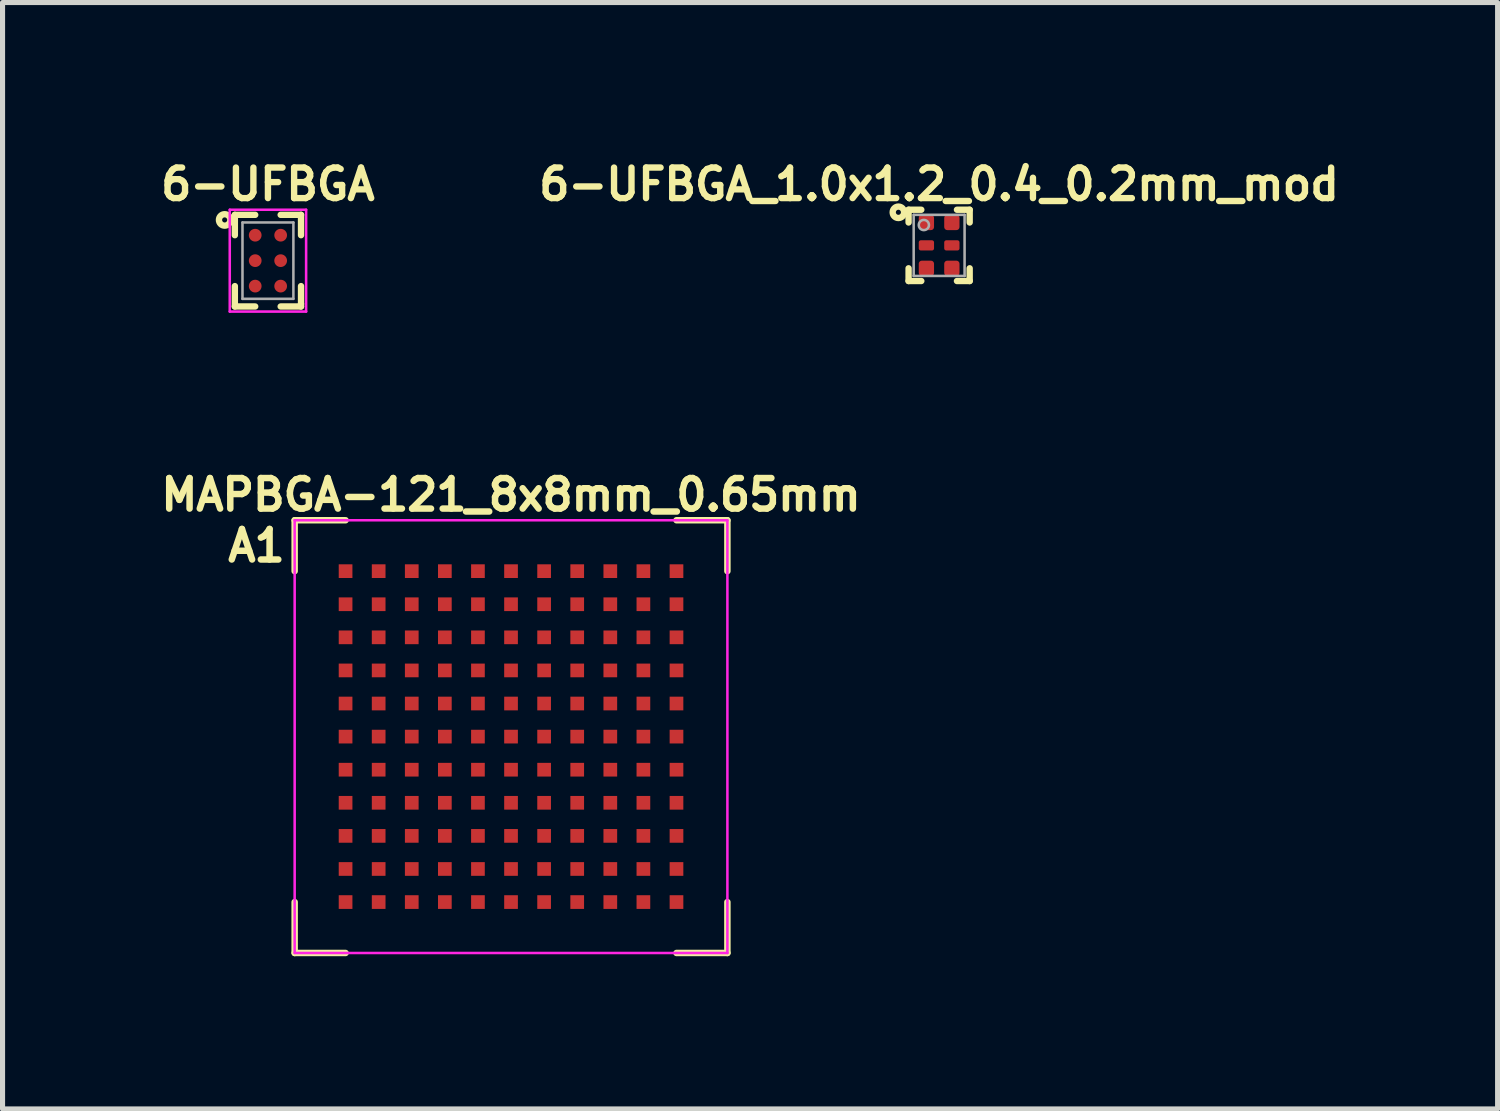
<source format=kicad_pcb>
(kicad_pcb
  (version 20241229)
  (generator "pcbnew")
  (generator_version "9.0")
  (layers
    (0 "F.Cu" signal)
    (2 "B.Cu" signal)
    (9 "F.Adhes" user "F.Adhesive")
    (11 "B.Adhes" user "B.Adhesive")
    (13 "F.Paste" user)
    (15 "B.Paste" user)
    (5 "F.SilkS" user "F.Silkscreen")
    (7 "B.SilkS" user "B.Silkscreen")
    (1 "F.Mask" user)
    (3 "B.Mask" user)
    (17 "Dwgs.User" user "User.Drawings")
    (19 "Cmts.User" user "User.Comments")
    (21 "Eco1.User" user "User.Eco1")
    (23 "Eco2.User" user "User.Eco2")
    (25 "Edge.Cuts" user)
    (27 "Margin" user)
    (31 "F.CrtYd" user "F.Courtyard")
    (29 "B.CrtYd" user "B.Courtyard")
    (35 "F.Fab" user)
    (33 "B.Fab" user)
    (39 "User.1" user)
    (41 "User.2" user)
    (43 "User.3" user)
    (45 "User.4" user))
  (footprint "6-UFBGA_1.0x1.2_0.4_0.2mm_mod"
    (layer "F.Cu")
    (at 15.397 1.77)
    (property "Reference" "6-UFBGA_1.0x1.2_0.4_0.2mm_mod" (at 0 -1.2 0) (layer "F.SilkS") (effects (font (size 0.6 0.6) (thickness 0.125))))
    (attr through_hole)
    (fp_line (start -0.6 -0.7) (end -0.6 -0.45) (stroke (width 0.125) (type solid)) (layer "F.SilkS"))
    (fp_line (start -0.6 -0.7) (end -0.35 -0.7) (stroke (width 0.125) (type solid)) (layer "F.SilkS"))
    (fp_line (start -0.6 0.7) (end -0.6 0.45) (stroke (width 0.125) (type solid)) (layer "F.SilkS"))
    (fp_line (start -0.35 0.7) (end -0.6 0.7) (stroke (width 0.125) (type solid)) (layer "F.SilkS"))
    (fp_line (start 0.35 -0.7) (end 0.6 -0.7) (stroke (width 0.125) (type solid)) (layer "F.SilkS"))
    (fp_line (start 0.35 0.7) (end 0.6 0.7) (stroke (width 0.125) (type solid)) (layer "F.SilkS"))
    (fp_line (start 0.6 -0.7) (end 0.6 -0.45) (stroke (width 0.125) (type solid)) (layer "F.SilkS"))
    (fp_line (start 0.6 0.7) (end 0.6 0.45) (stroke (width 0.125) (type solid)) (layer "F.SilkS"))
    (fp_circle (center -0.8 -0.65) (end -0.8 -0.7) (stroke (width 0.125) (type solid)) (fill no) (layer "F.SilkS"))
    (fp_line (start -0.5 -0.6) (end 0.5 -0.6) (stroke (width 0.05) (type solid)) (layer "F.Fab"))
    (fp_line (start -0.5 0.6) (end -0.5 -0.6) (stroke (width 0.05) (type solid)) (layer "F.Fab"))
    (fp_line (start 0.5 -0.6) (end 0.5 0.6) (stroke (width 0.05) (type solid)) (layer "F.Fab"))
    (fp_line (start 0.5 0.6) (end -0.5 0.6) (stroke (width 0.05) (type solid)) (layer "F.Fab"))
    (fp_circle (center -0.3 -0.4) (end -0.3 -0.5) (stroke (width 0.05) (type solid)) (fill no) (layer "F.Fab"))
    (pad "A1" smd roundrect (at -0.25 -0.45) (size 0.3 0.3) (layers "F.Cu" "F.Mask" "F.Paste") (roundrect_rratio 0.2))
    (pad "A2" smd roundrect (at 0.25 -0.45) (size 0.3 0.3) (layers "F.Cu" "F.Mask" "F.Paste") (roundrect_rratio 0.2))
    (pad "B1" smd roundrect (at -0.25 0) (size 0.3 0.2) (layers "F.Cu" "F.Mask" "F.Paste") (roundrect_rratio 0.2))
    (pad "B2" smd roundrect (at 0.25 0) (size 0.3 0.2) (layers "F.Cu" "F.Mask" "F.Paste") (roundrect_rratio 0.2))
    (pad "C1" smd roundrect (at -0.25 0.45) (size 0.3 0.3) (layers "F.Cu" "F.Mask" "F.Paste") (roundrect_rratio 0.2))
    (pad "C2" smd roundrect (at 0.25 0.45) (size 0.3 0.3) (layers "F.Cu" "F.Mask" "F.Paste") (roundrect_rratio 0.2)))
  (footprint "MAPBGA-121_8x8mm_0.65mm"
    (layer "F.Cu")
    (at 6.988 11.419)
    (property "Reference" "MAPBGA-121_8x8mm_0.65mm" (at 0 -4.75 0) (layer "F.SilkS") (effects (font (size 0.6 0.6) (thickness 0.127))))
    (attr smd)
    (fp_line (start -4.25 -4.25) (end -3.25 -4.25) (stroke (width 0.127) (type solid)) (layer "F.SilkS"))
    (fp_line (start -4.25 -3.25) (end -4.25 -4.25) (stroke (width 0.127) (type solid)) (layer "F.SilkS"))
    (fp_line (start -4.25 4.25) (end -4.25 3.25) (stroke (width 0.127) (type solid)) (layer "F.SilkS"))
    (fp_line (start -3.25 4.25) (end -4.25 4.25) (stroke (width 0.127) (type solid)) (layer "F.SilkS"))
    (fp_line (start 3.25 -4.25) (end 4.25 -4.25) (stroke (width 0.127) (type solid)) (layer "F.SilkS"))
    (fp_line (start 4.25 -4.25) (end 4.25 -3.25) (stroke (width 0.127) (type solid)) (layer "F.SilkS"))
    (fp_line (start 4.25 3.25) (end 4.25 4.25) (stroke (width 0.127) (type solid)) (layer "F.SilkS"))
    (fp_line (start 4.25 4.25) (end 3.25 4.25) (stroke (width 0.127) (type solid)) (layer "F.SilkS"))
    (fp_line (start -4.25 -4.25) (end 4.25 -4.25) (stroke (width 0.05) (type solid)) (layer "F.CrtYd"))
    (fp_line (start -4.25 4.25) (end -4.25 -4.25) (stroke (width 0.05) (type solid)) (layer "F.CrtYd"))
    (fp_line (start 4.25 -4.25) (end 4.25 4.25) (stroke (width 0.05) (type solid)) (layer "F.CrtYd"))
    (fp_line (start 4.25 4.25) (end -4.25 4.25) (stroke (width 0.05) (type solid)) (layer "F.CrtYd"))
    (fp_text user "A1" (at -5 -3.75 0) (layer "F.SilkS") (effects (font (size 0.6 0.6) (thickness 0.127))))
    (pad "A1" smd rect (at -3.25 -3.25) (size 0.269 0.269) (layers "F.Cu" "F.Mask" "F.Paste"))
    (pad "A2" smd rect (at -2.6 -3.25) (size 0.269 0.269) (layers "F.Cu" "F.Mask" "F.Paste"))
    (pad "A3" smd rect (at -1.95 -3.25) (size 0.269 0.269) (layers "F.Cu" "F.Mask" "F.Paste"))
    (pad "A4" smd rect (at -1.3 -3.25) (size 0.269 0.269) (layers "F.Cu" "F.Mask" "F.Paste"))
    (pad "A5" smd rect (at -0.65 -3.25) (size 0.269 0.269) (layers "F.Cu" "F.Mask" "F.Paste"))
    (pad "A6" smd rect (at 0 -3.25) (size 0.269 0.269) (layers "F.Cu" "F.Mask" "F.Paste"))
    (pad "A7" smd rect (at 0.65 -3.25) (size 0.269 0.269) (layers "F.Cu" "F.Mask" "F.Paste"))
    (pad "A8" smd rect (at 1.3 -3.25) (size 0.269 0.269) (layers "F.Cu" "F.Mask" "F.Paste"))
    (pad "A9" smd rect (at 1.95 -3.25) (size 0.269 0.269) (layers "F.Cu" "F.Mask" "F.Paste"))
    (pad "A10" smd rect (at 2.6 -3.25) (size 0.269 0.269) (layers "F.Cu" "F.Mask" "F.Paste"))
    (pad "A11" smd rect (at 3.25 -3.25) (size 0.269 0.269) (layers "F.Cu" "F.Mask" "F.Paste"))
    (pad "B1" smd rect (at -3.25 -2.6) (size 0.269 0.269) (layers "F.Cu" "F.Mask" "F.Paste"))
    (pad "B2" smd rect (at -2.6 -2.6) (size 0.269 0.269) (layers "F.Cu" "F.Mask" "F.Paste"))
    (pad "B3" smd rect (at -1.95 -2.6) (size 0.269 0.269) (layers "F.Cu" "F.Mask" "F.Paste"))
    (pad "B4" smd rect (at -1.3 -2.6) (size 0.269 0.269) (layers "F.Cu" "F.Mask" "F.Paste"))
    (pad "B5" smd rect (at -0.65 -2.6) (size 0.269 0.269) (layers "F.Cu" "F.Mask" "F.Paste"))
    (pad "B6" smd rect (at 0 -2.6) (size 0.269 0.269) (layers "F.Cu" "F.Mask" "F.Paste"))
    (pad "B7" smd rect (at 0.65 -2.6) (size 0.269 0.269) (layers "F.Cu" "F.Mask" "F.Paste"))
    (pad "B8" smd rect (at 1.3 -2.6) (size 0.269 0.269) (layers "F.Cu" "F.Mask" "F.Paste"))
    (pad "B9" smd rect (at 1.95 -2.6) (size 0.269 0.269) (layers "F.Cu" "F.Mask" "F.Paste"))
    (pad "B10" smd rect (at 2.6 -2.6) (size 0.269 0.269) (layers "F.Cu" "F.Mask" "F.Paste"))
    (pad "B11" smd rect (at 3.25 -2.6) (size 0.269 0.269) (layers "F.Cu" "F.Mask" "F.Paste"))
    (pad "C1" smd rect (at -3.25 -1.95) (size 0.269 0.269) (layers "F.Cu" "F.Mask" "F.Paste"))
    (pad "C2" smd rect (at -2.6 -1.95) (size 0.269 0.269) (layers "F.Cu" "F.Mask" "F.Paste"))
    (pad "C3" smd rect (at -1.95 -1.95) (size 0.269 0.269) (layers "F.Cu" "F.Mask" "F.Paste"))
    (pad "C4" smd rect (at -1.3 -1.95) (size 0.269 0.269) (layers "F.Cu" "F.Mask" "F.Paste"))
    (pad "C5" smd rect (at -0.65 -1.95) (size 0.269 0.269) (layers "F.Cu" "F.Mask" "F.Paste"))
    (pad "C6" smd rect (at 0 -1.95) (size 0.269 0.269) (layers "F.Cu" "F.Mask" "F.Paste"))
    (pad "C7" smd rect (at 0.65 -1.95) (size 0.269 0.269) (layers "F.Cu" "F.Mask" "F.Paste"))
    (pad "C8" smd rect (at 1.3 -1.95) (size 0.269 0.269) (layers "F.Cu" "F.Mask" "F.Paste"))
    (pad "C9" smd rect (at 1.95 -1.95) (size 0.269 0.269) (layers "F.Cu" "F.Mask" "F.Paste"))
    (pad "C10" smd rect (at 2.6 -1.95) (size 0.269 0.269) (layers "F.Cu" "F.Mask" "F.Paste"))
    (pad "C11" smd rect (at 3.25 -1.95) (size 0.269 0.269) (layers "F.Cu" "F.Mask" "F.Paste"))
    (pad "D1" smd rect (at -3.25 -1.3) (size 0.269 0.269) (layers "F.Cu" "F.Mask" "F.Paste"))
    (pad "D2" smd rect (at -2.6 -1.3) (size 0.269 0.269) (layers "F.Cu" "F.Mask" "F.Paste"))
    (pad "D3" smd rect (at -1.95 -1.3) (size 0.269 0.269) (layers "F.Cu" "F.Mask" "F.Paste"))
    (pad "D4" smd rect (at -1.3 -1.3) (size 0.269 0.269) (layers "F.Cu" "F.Mask" "F.Paste"))
    (pad "D5" smd rect (at -0.65 -1.3) (size 0.269 0.269) (layers "F.Cu" "F.Mask" "F.Paste"))
    (pad "D6" smd rect (at 0 -1.3) (size 0.269 0.269) (layers "F.Cu" "F.Mask" "F.Paste"))
    (pad "D7" smd rect (at 0.65 -1.3) (size 0.269 0.269) (layers "F.Cu" "F.Mask" "F.Paste"))
    (pad "D8" smd rect (at 1.3 -1.3) (size 0.269 0.269) (layers "F.Cu" "F.Mask" "F.Paste"))
    (pad "D9" smd rect (at 1.95 -1.3) (size 0.269 0.269) (layers "F.Cu" "F.Mask" "F.Paste"))
    (pad "D10" smd rect (at 2.6 -1.3) (size 0.269 0.269) (layers "F.Cu" "F.Mask" "F.Paste"))
    (pad "D11" smd rect (at 3.25 -1.3) (size 0.269 0.269) (layers "F.Cu" "F.Mask" "F.Paste"))
    (pad "E1" smd rect (at -3.25 -0.65) (size 0.269 0.269) (layers "F.Cu" "F.Mask" "F.Paste"))
    (pad "E2" smd rect (at -2.6 -0.65) (size 0.269 0.269) (layers "F.Cu" "F.Mask" "F.Paste"))
    (pad "E3" smd rect (at -1.95 -0.65) (size 0.269 0.269) (layers "F.Cu" "F.Mask" "F.Paste"))
    (pad "E4" smd rect (at -1.3 -0.65) (size 0.269 0.269) (layers "F.Cu" "F.Mask" "F.Paste"))
    (pad "E5" smd rect (at -0.65 -0.65) (size 0.269 0.269) (layers "F.Cu" "F.Mask" "F.Paste"))
    (pad "E6" smd rect (at 0 -0.65) (size 0.269 0.269) (layers "F.Cu" "F.Mask" "F.Paste"))
    (pad "E7" smd rect (at 0.65 -0.65) (size 0.269 0.269) (layers "F.Cu" "F.Mask" "F.Paste"))
    (pad "E8" smd rect (at 1.3 -0.65) (size 0.269 0.269) (layers "F.Cu" "F.Mask" "F.Paste"))
    (pad "E9" smd rect (at 1.95 -0.65) (size 0.269 0.269) (layers "F.Cu" "F.Mask" "F.Paste"))
    (pad "E10" smd rect (at 2.6 -0.65) (size 0.269 0.269) (layers "F.Cu" "F.Mask" "F.Paste"))
    (pad "E11" smd rect (at 3.25 -0.65) (size 0.269 0.269) (layers "F.Cu" "F.Mask" "F.Paste"))
    (pad "F1" smd rect (at -3.25 0) (size 0.269 0.269) (layers "F.Cu" "F.Mask" "F.Paste"))
    (pad "F2" smd rect (at -2.6 0) (size 0.269 0.269) (layers "F.Cu" "F.Mask" "F.Paste"))
    (pad "F3" smd rect (at -1.95 0) (size 0.269 0.269) (layers "F.Cu" "F.Mask" "F.Paste"))
    (pad "F4" smd rect (at -1.3 0) (size 0.269 0.269) (layers "F.Cu" "F.Mask" "F.Paste"))
    (pad "F5" smd rect (at -0.65 0) (size 0.269 0.269) (layers "F.Cu" "F.Mask" "F.Paste"))
    (pad "F6" smd rect (at 0 0) (size 0.269 0.269) (layers "F.Cu" "F.Mask" "F.Paste"))
    (pad "F7" smd rect (at 0.65 0) (size 0.269 0.269) (layers "F.Cu" "F.Mask" "F.Paste"))
    (pad "F8" smd rect (at 1.3 0) (size 0.269 0.269) (layers "F.Cu" "F.Mask" "F.Paste"))
    (pad "F9" smd rect (at 1.95 0) (size 0.269 0.269) (layers "F.Cu" "F.Mask" "F.Paste"))
    (pad "F10" smd rect (at 2.6 0) (size 0.269 0.269) (layers "F.Cu" "F.Mask" "F.Paste"))
    (pad "F11" smd rect (at 3.25 0) (size 0.269 0.269) (layers "F.Cu" "F.Mask" "F.Paste"))
    (pad "G1" smd rect (at -3.25 0.65) (size 0.269 0.269) (layers "F.Cu" "F.Mask" "F.Paste"))
    (pad "G2" smd rect (at -2.6 0.65) (size 0.269 0.269) (layers "F.Cu" "F.Mask" "F.Paste"))
    (pad "G3" smd rect (at -1.95 0.65) (size 0.269 0.269) (layers "F.Cu" "F.Mask" "F.Paste"))
    (pad "G4" smd rect (at -1.3 0.65) (size 0.269 0.269) (layers "F.Cu" "F.Mask" "F.Paste"))
    (pad "G5" smd rect (at -0.65 0.65) (size 0.269 0.269) (layers "F.Cu" "F.Mask" "F.Paste"))
    (pad "G6" smd rect (at 0 0.65) (size 0.269 0.269) (layers "F.Cu" "F.Mask" "F.Paste"))
    (pad "G7" smd rect (at 0.65 0.65) (size 0.269 0.269) (layers "F.Cu" "F.Mask" "F.Paste"))
    (pad "G8" smd rect (at 1.3 0.65) (size 0.269 0.269) (layers "F.Cu" "F.Mask" "F.Paste"))
    (pad "G9" smd rect (at 1.95 0.65) (size 0.269 0.269) (layers "F.Cu" "F.Mask" "F.Paste"))
    (pad "G10" smd rect (at 2.6 0.65) (size 0.269 0.269) (layers "F.Cu" "F.Mask" "F.Paste"))
    (pad "G11" smd rect (at 3.25 0.65) (size 0.269 0.269) (layers "F.Cu" "F.Mask" "F.Paste"))
    (pad "H1" smd rect (at -3.25 1.3) (size 0.269 0.269) (layers "F.Cu" "F.Mask" "F.Paste"))
    (pad "H2" smd rect (at -2.6 1.3) (size 0.269 0.269) (layers "F.Cu" "F.Mask" "F.Paste"))
    (pad "H3" smd rect (at -1.95 1.3) (size 0.269 0.269) (layers "F.Cu" "F.Mask" "F.Paste"))
    (pad "H4" smd rect (at -1.3 1.3) (size 0.269 0.269) (layers "F.Cu" "F.Mask" "F.Paste"))
    (pad "H5" smd rect (at -0.65 1.3) (size 0.269 0.269) (layers "F.Cu" "F.Mask" "F.Paste"))
    (pad "H6" smd rect (at 0 1.3) (size 0.269 0.269) (layers "F.Cu" "F.Mask" "F.Paste"))
    (pad "H7" smd rect (at 0.65 1.3) (size 0.269 0.269) (layers "F.Cu" "F.Mask" "F.Paste"))
    (pad "H8" smd rect (at 1.3 1.3) (size 0.269 0.269) (layers "F.Cu" "F.Mask" "F.Paste"))
    (pad "H9" smd rect (at 1.95 1.3) (size 0.269 0.269) (layers "F.Cu" "F.Mask" "F.Paste"))
    (pad "H10" smd rect (at 2.6 1.3) (size 0.269 0.269) (layers "F.Cu" "F.Mask" "F.Paste"))
    (pad "H11" smd rect (at 3.25 1.3) (size 0.269 0.269) (layers "F.Cu" "F.Mask" "F.Paste"))
    (pad "J1" smd rect (at -3.25 1.95) (size 0.269 0.269) (layers "F.Cu" "F.Mask" "F.Paste"))
    (pad "J2" smd rect (at -2.6 1.95) (size 0.269 0.269) (layers "F.Cu" "F.Mask" "F.Paste"))
    (pad "J3" smd rect (at -1.95 1.95) (size 0.269 0.269) (layers "F.Cu" "F.Mask" "F.Paste"))
    (pad "J4" smd rect (at -1.3 1.95) (size 0.269 0.269) (layers "F.Cu" "F.Mask" "F.Paste"))
    (pad "J5" smd rect (at -0.65 1.95) (size 0.269 0.269) (layers "F.Cu" "F.Mask" "F.Paste"))
    (pad "J6" smd rect (at 0 1.95) (size 0.269 0.269) (layers "F.Cu" "F.Mask" "F.Paste"))
    (pad "J7" smd rect (at 0.65 1.95) (size 0.269 0.269) (layers "F.Cu" "F.Mask" "F.Paste"))
    (pad "J8" smd rect (at 1.3 1.95) (size 0.269 0.269) (layers "F.Cu" "F.Mask" "F.Paste"))
    (pad "J9" smd rect (at 1.95 1.95) (size 0.269 0.269) (layers "F.Cu" "F.Mask" "F.Paste"))
    (pad "J10" smd rect (at 2.6 1.95) (size 0.269 0.269) (layers "F.Cu" "F.Mask" "F.Paste"))
    (pad "J11" smd rect (at 3.25 1.95) (size 0.269 0.269) (layers "F.Cu" "F.Mask" "F.Paste"))
    (pad "K1" smd rect (at -3.25 2.6) (size 0.269 0.269) (layers "F.Cu" "F.Mask" "F.Paste"))
    (pad "K2" smd rect (at -2.6 2.6) (size 0.269 0.269) (layers "F.Cu" "F.Mask" "F.Paste"))
    (pad "K3" smd rect (at -1.95 2.6) (size 0.269 0.269) (layers "F.Cu" "F.Mask" "F.Paste"))
    (pad "K4" smd rect (at -1.3 2.6) (size 0.269 0.269) (layers "F.Cu" "F.Mask" "F.Paste"))
    (pad "K5" smd rect (at -0.65 2.6) (size 0.269 0.269) (layers "F.Cu" "F.Mask" "F.Paste"))
    (pad "K6" smd rect (at 0 2.6) (size 0.269 0.269) (layers "F.Cu" "F.Mask" "F.Paste"))
    (pad "K7" smd rect (at 0.65 2.6) (size 0.269 0.269) (layers "F.Cu" "F.Mask" "F.Paste"))
    (pad "K8" smd rect (at 1.3 2.6) (size 0.269 0.269) (layers "F.Cu" "F.Mask" "F.Paste"))
    (pad "K9" smd rect (at 1.95 2.6) (size 0.269 0.269) (layers "F.Cu" "F.Mask" "F.Paste"))
    (pad "K10" smd rect (at 2.6 2.6) (size 0.269 0.269) (layers "F.Cu" "F.Mask" "F.Paste"))
    (pad "K11" smd rect (at 3.25 2.6) (size 0.269 0.269) (layers "F.Cu" "F.Mask" "F.Paste"))
    (pad "L1" smd rect (at -3.25 3.25) (size 0.269 0.269) (layers "F.Cu" "F.Mask" "F.Paste"))
    (pad "L2" smd rect (at -2.6 3.25) (size 0.269 0.269) (layers "F.Cu" "F.Mask" "F.Paste"))
    (pad "L3" smd rect (at -1.95 3.25) (size 0.269 0.269) (layers "F.Cu" "F.Mask" "F.Paste"))
    (pad "L4" smd rect (at -1.3 3.25) (size 0.269 0.269) (layers "F.Cu" "F.Mask" "F.Paste"))
    (pad "L5" smd rect (at -0.65 3.25) (size 0.269 0.269) (layers "F.Cu" "F.Mask" "F.Paste"))
    (pad "L6" smd rect (at 0 3.25) (size 0.269 0.269) (layers "F.Cu" "F.Mask" "F.Paste"))
    (pad "L7" smd rect (at 0.65 3.25) (size 0.269 0.269) (layers "F.Cu" "F.Mask" "F.Paste"))
    (pad "L8" smd rect (at 1.3 3.25) (size 0.269 0.269) (layers "F.Cu" "F.Mask" "F.Paste"))
    (pad "L9" smd rect (at 1.95 3.25) (size 0.269 0.269) (layers "F.Cu" "F.Mask" "F.Paste"))
    (pad "L10" smd rect (at 2.6 3.25) (size 0.269 0.269) (layers "F.Cu" "F.Mask" "F.Paste"))
    (pad "L11" smd rect (at 3.25 3.25) (size 0.269 0.269) (layers "F.Cu" "F.Mask" "F.Paste")))
  (footprint "6-UFBGA"
    (layer "F.Cu")
    (at 2.213 2.07)
    (property "Reference" "6-UFBGA" (at 0 -1.5 0) (layer "F.SilkS") (effects (font (size 0.6 0.6) (thickness 0.125))))
    (attr smd)
    (fp_line (start -0.65 -0.9) (end -0.65 -0.5) (stroke (width 0.125) (type solid)) (layer "F.SilkS"))
    (fp_line (start -0.65 0.9) (end -0.65 0.5) (stroke (width 0.125) (type solid)) (layer "F.SilkS"))
    (fp_line (start -0.25 -0.9) (end -0.65 -0.9) (stroke (width 0.125) (type solid)) (layer "F.SilkS"))
    (fp_line (start -0.25 0.9) (end -0.65 0.9) (stroke (width 0.125) (type solid)) (layer "F.SilkS"))
    (fp_line (start 0.25 -0.9) (end 0.65 -0.9) (stroke (width 0.125) (type solid)) (layer "F.SilkS"))
    (fp_line (start 0.65 -0.9) (end 0.65 -0.5) (stroke (width 0.125) (type solid)) (layer "F.SilkS"))
    (fp_line (start 0.65 0.5) (end 0.65 0.85) (stroke (width 0.125) (type solid)) (layer "F.SilkS"))
    (fp_line (start 0.65 0.85) (end 0.65 0.9) (stroke (width 0.125) (type solid)) (layer "F.SilkS"))
    (fp_line (start 0.65 0.9) (end 0.25 0.9) (stroke (width 0.125) (type solid)) (layer "F.SilkS"))
    (fp_circle (center -0.85 -0.8) (end -0.85 -0.85) (stroke (width 0.125) (type solid)) (fill no) (layer "F.SilkS"))
    (fp_line (start -0.75 -1) (end 0.75 -1) (stroke (width 0.05) (type solid)) (layer "F.CrtYd"))
    (fp_line (start -0.75 1) (end -0.75 -1) (stroke (width 0.05) (type solid)) (layer "F.CrtYd"))
    (fp_line (start 0.75 -1) (end 0.75 1) (stroke (width 0.05) (type solid)) (layer "F.CrtYd"))
    (fp_line (start 0.75 1) (end -0.75 1) (stroke (width 0.05) (type solid)) (layer "F.CrtYd"))
    (fp_line (start -0.5 -0.75) (end 0.5 -0.75) (stroke (width 0.05) (type solid)) (layer "F.Fab"))
    (fp_line (start -0.5 0.75) (end -0.5 -0.75) (stroke (width 0.05) (type solid)) (layer "F.Fab"))
    (fp_line (start 0.5 -0.75) (end 0.5 0.75) (stroke (width 0.05) (type solid)) (layer "F.Fab"))
    (fp_line (start 0.5 0.75) (end -0.5 0.75) (stroke (width 0.05) (type solid)) (layer "F.Fab"))
    (pad "A1" smd circle (at -0.25 -0.5) (size 0.25 0.25) (layers "F.Cu" "F.Mask" "F.Paste"))
    (pad "A2" smd circle (at 0.25 -0.5) (size 0.25 0.25) (layers "F.Cu" "F.Mask" "F.Paste"))
    (pad "B1" smd circle (at -0.25 0) (size 0.25 0.25) (layers "F.Cu" "F.Mask" "F.Paste"))
    (pad "B2" smd circle (at 0.25 0) (size 0.25 0.25) (layers "F.Cu" "F.Mask" "F.Paste"))
    (pad "C1" smd circle (at -0.25 0.5) (size 0.25 0.25) (layers "F.Cu" "F.Mask" "F.Paste"))
    (pad "C2" smd circle (at 0.25 0.5) (size 0.25 0.25) (layers "F.Cu" "F.Mask" "F.Paste")))
  (gr_rect
    (start -3 -3)
    (end 26.367 18.733)
    (stroke (width 0.1) (type default))
    (fill no)
    (layer "Edge.Cuts")))
</source>
